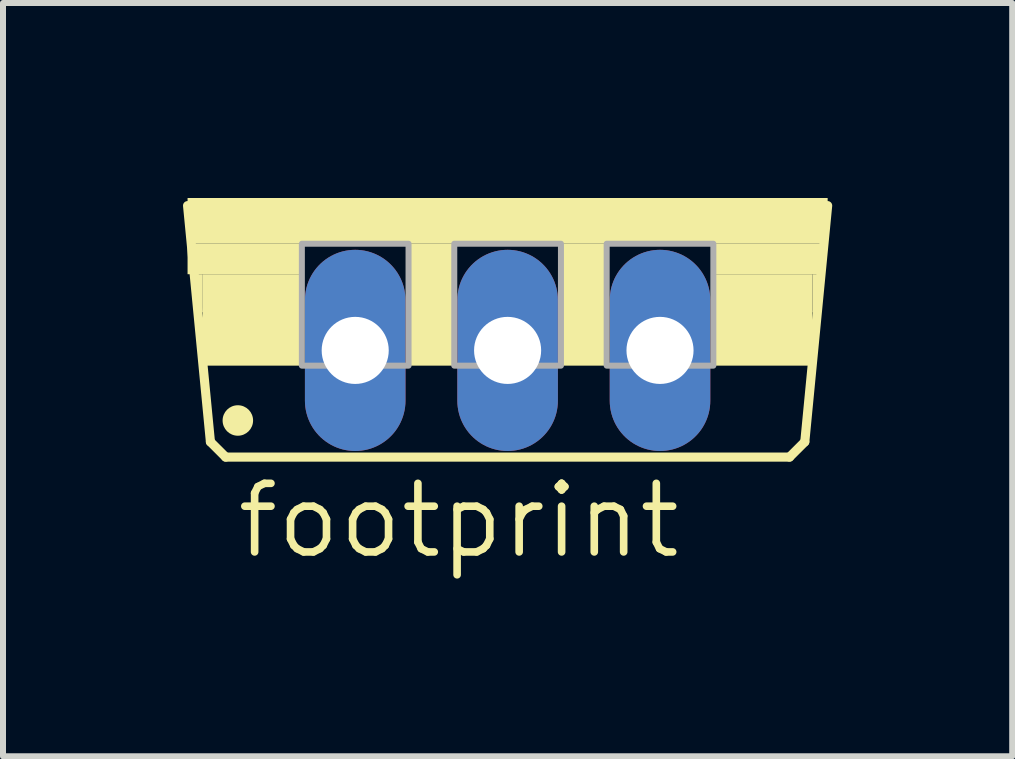
<source format=kicad_pcb>
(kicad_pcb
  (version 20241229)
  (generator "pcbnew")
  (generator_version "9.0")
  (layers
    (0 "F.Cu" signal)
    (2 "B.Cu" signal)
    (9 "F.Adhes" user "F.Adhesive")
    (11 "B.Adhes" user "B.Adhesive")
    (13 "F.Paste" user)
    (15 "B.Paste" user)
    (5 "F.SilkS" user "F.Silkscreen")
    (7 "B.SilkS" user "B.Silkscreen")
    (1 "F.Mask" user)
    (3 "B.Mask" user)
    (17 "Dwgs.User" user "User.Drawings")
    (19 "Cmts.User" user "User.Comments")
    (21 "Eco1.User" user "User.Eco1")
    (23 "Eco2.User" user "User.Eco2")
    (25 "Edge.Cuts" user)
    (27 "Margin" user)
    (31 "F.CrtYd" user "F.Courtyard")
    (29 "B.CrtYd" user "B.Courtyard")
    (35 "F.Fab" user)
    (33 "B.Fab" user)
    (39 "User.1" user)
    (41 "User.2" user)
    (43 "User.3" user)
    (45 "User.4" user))
  (footprint "footprint"
    (layer "F.Cu")
    (at 5.41 0.25)
    (property "Reference" "footprint" (at -4.572 6.045 0) (layer "F.SilkS") (effects (font (size 1.143 1.143) (thickness 0.127)) (justify left bottom)))
    (fp_line (start -4.953 4.064) (end -5.334 0.127) (stroke (width 0.152) (type solid)) (layer "F.SilkS"))
    (fp_line (start -4.953 4.064) (end -4.699 4.318) (stroke (width 0.152) (type solid)) (layer "F.SilkS"))
    (fp_line (start 4.699 4.318) (end -4.699 4.318) (stroke (width 0.152) (type solid)) (layer "F.SilkS"))
    (fp_line (start 4.699 4.318) (end 4.953 4.064) (stroke (width 0.152) (type solid)) (layer "F.SilkS"))
    (fp_line (start 5.334 0.127) (end 4.953 4.064) (stroke (width 0.152) (type solid)) (layer "F.SilkS"))
    (fp_circle (center -4.496 3.708) (end -4.369 3.708) (stroke (width 0.254) (type solid)) (fill yes) (layer "F.SilkS"))
    (fp_poly (pts (xy -5.334 0.762) (xy 5.334 0.762) (xy 5.334 0) (xy -5.334 0)) (stroke (width 0) (type solid)) (fill yes) (layer "F.SilkS"))
    (fp_poly (pts (xy -5.334 1.27) (xy -3.429 1.27) (xy -3.429 0.762) (xy -5.334 0.762)) (stroke (width 0) (type solid)) (fill yes) (layer "F.SilkS"))
    (fp_poly (pts (xy -5.207 1.905) (xy -5.08 1.905) (xy -5.08 1.27) (xy -5.207 1.27)) (stroke (width 0) (type solid)) (fill yes) (layer "F.SilkS"))
    (fp_poly (pts (xy -5.08 2.794) (xy -3.429 2.794) (xy -3.429 1.27) (xy -5.08 1.27)) (stroke (width 0) (type solid)) (fill yes) (layer "F.SilkS"))
    (fp_poly (pts (xy -1.651 2.794) (xy -0.889 2.794) (xy -0.889 0.762) (xy -1.651 0.762)) (stroke (width 0) (type solid)) (fill yes) (layer "F.SilkS"))
    (fp_poly (pts (xy 0.889 2.794) (xy 1.651 2.794) (xy 1.651 0.762) (xy 0.889 0.762)) (stroke (width 0) (type solid)) (fill yes) (layer "F.SilkS"))
    (fp_poly (pts (xy 3.429 1.27) (xy 5.207 1.27) (xy 5.207 0.762) (xy 3.429 0.762)) (stroke (width 0) (type solid)) (fill yes) (layer "F.SilkS"))
    (fp_poly (pts (xy 3.429 2.794) (xy 5.08 2.794) (xy 5.08 1.27) (xy 3.429 1.27)) (stroke (width 0) (type solid)) (fill yes) (layer "F.SilkS"))
    (fp_poly (pts (xy 5.08 1.905) (xy 5.207 1.905) (xy 5.207 1.27) (xy 5.08 1.27)) (stroke (width 0) (type solid)) (fill yes) (layer "F.SilkS"))
    (fp_poly (pts (xy -3.429 2.794) (xy -1.651 2.794) (xy -1.651 0.762) (xy -3.429 0.762)) (stroke (width 0.1) (type solid)) (fill no) (layer "F.Fab"))
    (fp_poly (pts (xy -0.889 2.794) (xy 0.889 2.794) (xy 0.889 0.762) (xy -0.889 0.762)) (stroke (width 0.1) (type solid)) (fill no) (layer "F.Fab"))
    (fp_poly (pts (xy 1.651 2.794) (xy 3.429 2.794) (xy 3.429 0.762) (xy 1.651 0.762)) (stroke (width 0.1) (type solid)) (fill no) (layer "F.Fab"))
    (pad "A1" thru_hole oval (at -2.54 2.54 90) (size 3.353 1.676) (drill 1.118) (layers "*.Cu" "*.Mask"))
    (pad "A2" thru_hole oval (at 2.54 2.54 90) (size 3.353 1.676) (drill 1.118) (layers "*.Cu" "*.Mask"))
    (pad "C" thru_hole oval (at 0 2.54 90) (size 3.353 1.676) (drill 1.118) (layers "*.Cu" "*.Mask")))
  (gr_rect
    (start -3 -3)
    (end 13.82 9.554)
    (stroke (width 0.1) (type default))
    (fill no)
    (layer "Edge.Cuts")))
</source>
